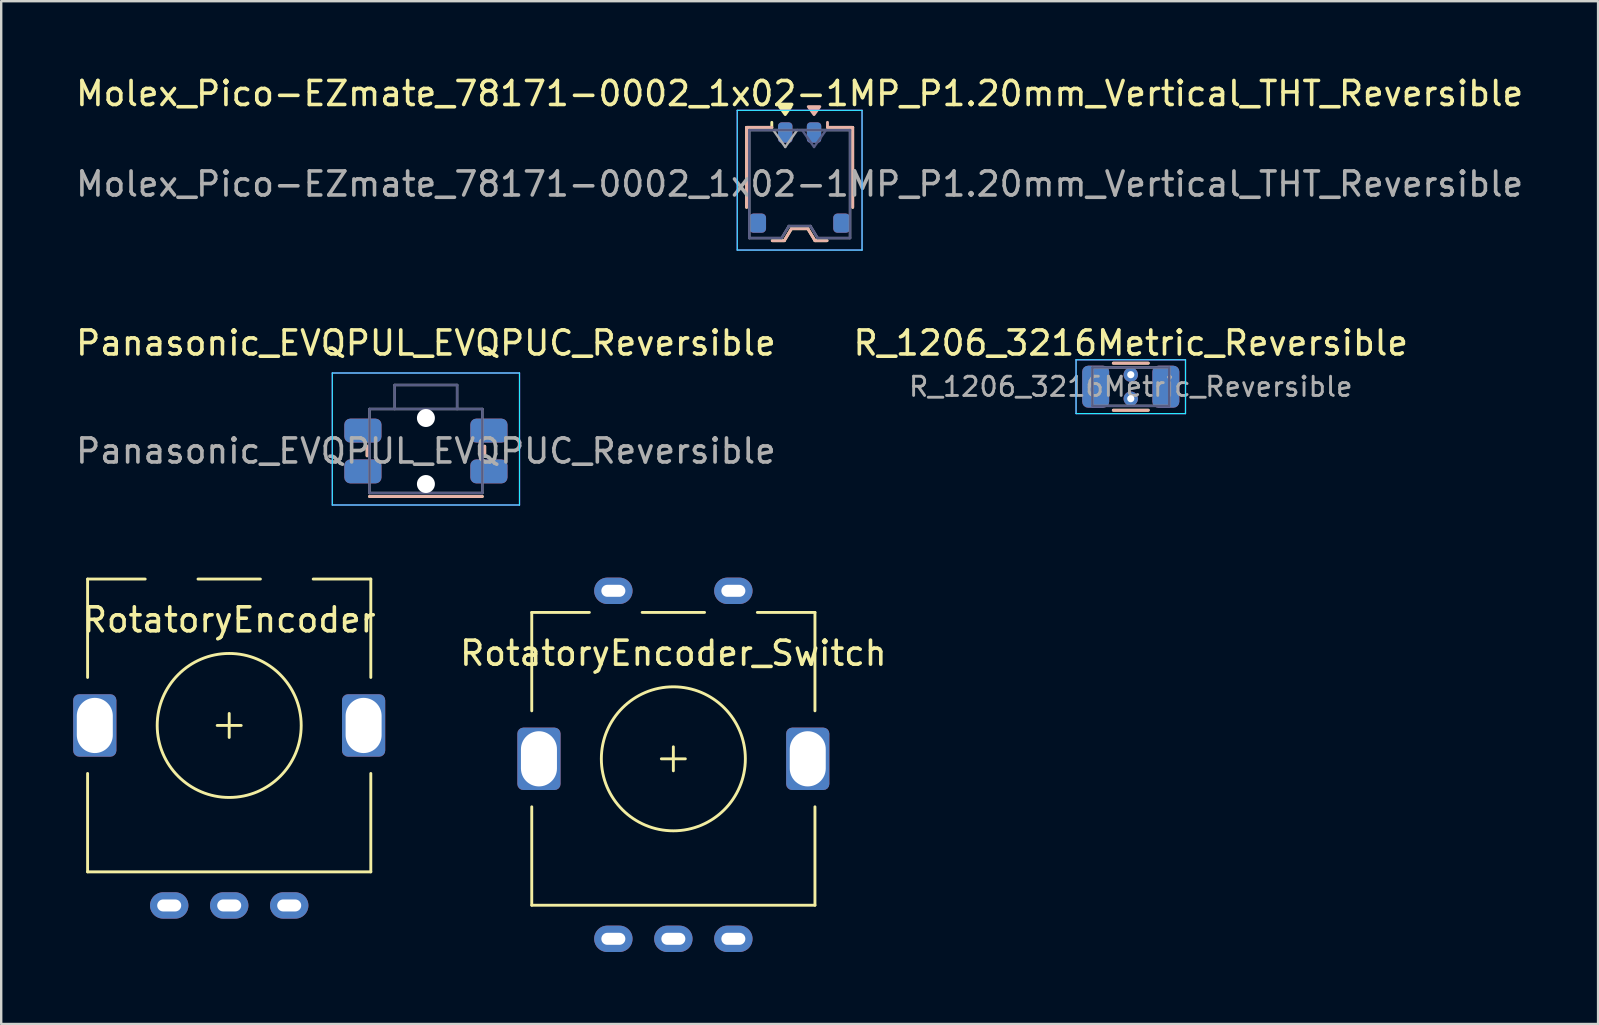
<source format=kicad_pcb>
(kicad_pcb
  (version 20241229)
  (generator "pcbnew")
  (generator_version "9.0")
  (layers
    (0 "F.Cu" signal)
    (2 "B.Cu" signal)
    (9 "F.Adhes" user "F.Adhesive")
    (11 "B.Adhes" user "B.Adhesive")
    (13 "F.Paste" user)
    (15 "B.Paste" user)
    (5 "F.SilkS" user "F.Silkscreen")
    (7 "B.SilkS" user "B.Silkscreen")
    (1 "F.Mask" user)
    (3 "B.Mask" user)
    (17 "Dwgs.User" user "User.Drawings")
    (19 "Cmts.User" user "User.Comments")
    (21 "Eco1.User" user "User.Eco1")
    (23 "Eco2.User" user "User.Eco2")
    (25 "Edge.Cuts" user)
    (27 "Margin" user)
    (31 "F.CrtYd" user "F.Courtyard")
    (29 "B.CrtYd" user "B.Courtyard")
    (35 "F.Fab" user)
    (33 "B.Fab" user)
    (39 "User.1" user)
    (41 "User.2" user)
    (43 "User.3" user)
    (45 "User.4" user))
  (footprint "R_1206_3216Metric_Reversible"
    (layer "F.Cu")
    (at 44.065 13.062)
    (property "Reference" "R_1206_3216Metric_Reversible" (at 0 -1.82 0) (layer "F.SilkS") (effects (font (size 1 1) (thickness 0.15))))
    (attr smd)
    (fp_line (start -0.727 -0.98) (end 0.727 -0.98) (stroke (width 0.12) (type solid)) (layer "F.SilkS"))
    (fp_line (start -0.727 0.98) (end 0.727 0.98) (stroke (width 0.12) (type solid)) (layer "F.SilkS"))
    (fp_line (start -0.727 -0.98) (end 0.727 -0.98) (stroke (width 0.12) (type solid)) (layer "B.SilkS"))
    (fp_line (start -0.727 0.98) (end 0.727 0.98) (stroke (width 0.12) (type solid)) (layer "B.SilkS"))
    (fp_line (start -2.28 -1.12) (end 2.28 -1.12) (stroke (width 0.05) (type solid)) (layer "B.CrtYd"))
    (fp_line (start -2.28 1.12) (end -2.28 -1.12) (stroke (width 0.05) (type solid)) (layer "B.CrtYd"))
    (fp_line (start 2.28 -1.12) (end 2.28 1.12) (stroke (width 0.05) (type solid)) (layer "B.CrtYd"))
    (fp_line (start 2.28 1.12) (end -2.28 1.12) (stroke (width 0.05) (type solid)) (layer "B.CrtYd"))
    (fp_line (start -2.28 -1.12) (end 2.28 -1.12) (stroke (width 0.05) (type solid)) (layer "F.CrtYd"))
    (fp_line (start -2.28 1.12) (end -2.28 -1.12) (stroke (width 0.05) (type solid)) (layer "F.CrtYd"))
    (fp_line (start 2.28 -1.12) (end 2.28 1.12) (stroke (width 0.05) (type solid)) (layer "F.CrtYd"))
    (fp_line (start 2.28 1.12) (end -2.28 1.12) (stroke (width 0.05) (type solid)) (layer "F.CrtYd"))
    (fp_line (start -1.6 -0.8) (end 1.6 -0.8) (stroke (width 0.1) (type solid)) (layer "B.Fab"))
    (fp_line (start -1.6 0.8) (end -1.6 -0.8) (stroke (width 0.1) (type solid)) (layer "B.Fab"))
    (fp_line (start 1.6 -0.8) (end 1.6 0.8) (stroke (width 0.1) (type solid)) (layer "B.Fab"))
    (fp_line (start 1.6 0.8) (end -1.6 0.8) (stroke (width 0.1) (type solid)) (layer "B.Fab"))
    (fp_line (start -1.6 -0.8) (end 1.6 -0.8) (stroke (width 0.1) (type solid)) (layer "F.Fab"))
    (fp_line (start -1.6 0.8) (end -1.6 -0.8) (stroke (width 0.1) (type solid)) (layer "F.Fab"))
    (fp_line (start 1.6 -0.8) (end 1.6 0.8) (stroke (width 0.1) (type solid)) (layer "F.Fab"))
    (fp_line (start 1.6 0.8) (end -1.6 0.8) (stroke (width 0.1) (type solid)) (layer "F.Fab"))
    (fp_text user "${REFERENCE}" (at 0 0 0) (layer "F.Fab") (effects (font (size 0.8 0.8) (thickness 0.12))))
    (pad "1" smd roundrect (at -1.462 0) (size 1.125 1.75) (layers "F.Cu" "F.Mask" "F.Paste") (roundrect_rratio 0.222))
    (pad "1" thru_hole circle (at 0 -0.5) (size 0.6 0.6) (drill 0.3) (layers "*.Cu" "*.Mask"))
    (pad "1" smd roundrect (at 1.462 0) (size 1.125 1.75) (layers "B.Cu" "B.Mask" "B.Paste") (roundrect_rratio 0.222))
    (pad "2" smd roundrect (at -1.462 0) (size 1.125 1.75) (layers "B.Cu" "B.Mask" "B.Paste") (roundrect_rratio 0.222))
    (pad "2" thru_hole circle (at 0 0.5) (size 0.6 0.6) (drill 0.3) (layers "*.Cu" "*.Mask"))
    (pad "2" smd roundrect (at 1.462 0) (size 1.125 1.75) (layers "F.Cu" "F.Mask" "F.Paste") (roundrect_rratio 0.222)))
  (footprint "RotatoryEncoder_Switch"
    (layer "F.Cu")
    (at 25.006 28.567)
    (property "Reference" "RotatoryEncoder_Switch" (at 0 -4.4 0) (layer "F.SilkS") (effects (font (size 1 1) (thickness 0.15))))
    (attr through_hole)
    (fp_line (start -5.9 -6.1) (end -3.5 -6.1) (stroke (width 0.12) (type solid)) (layer "F.SilkS"))
    (fp_line (start -5.9 -2) (end -5.9 -6.1) (stroke (width 0.12) (type solid)) (layer "F.SilkS"))
    (fp_line (start -5.9 2) (end -5.9 6.1) (stroke (width 0.12) (type solid)) (layer "F.SilkS"))
    (fp_line (start -5.9 6.1) (end 5.9 6.1) (stroke (width 0.12) (type solid)) (layer "F.SilkS"))
    (fp_line (start -1.3 -6.1) (end 1.3 -6.1) (stroke (width 0.12) (type solid)) (layer "F.SilkS"))
    (fp_line (start -0.5 0) (end 0.5 0) (stroke (width 0.12) (type solid)) (layer "F.SilkS"))
    (fp_line (start 0 0.5) (end 0 -0.5) (stroke (width 0.12) (type solid)) (layer "F.SilkS"))
    (fp_line (start 3.5 -6.1) (end 5.9 -6.1) (stroke (width 0.12) (type solid)) (layer "F.SilkS"))
    (fp_line (start 5.9 -6.1) (end 5.9 -2) (stroke (width 0.12) (type solid)) (layer "F.SilkS"))
    (fp_line (start 5.9 2) (end 5.9 6.1) (stroke (width 0.12) (type solid)) (layer "F.SilkS"))
    (fp_circle (center 0 0) (end 0 -3) (stroke (width 0.12) (type solid)) (fill no) (layer "F.SilkS"))
    (pad "" thru_hole roundrect (at -5.6 0 270) (size 2.6 1.8) (drill oval 2.3 1.5) (layers "*.Cu" "*.Mask") (roundrect_rratio 0.139))
    (pad "" thru_hole roundrect (at 5.6 0 270) (size 2.6 1.8) (drill oval 2.3 1.5) (layers "*.Cu" "*.Mask") (roundrect_rratio 0.139))
    (pad "A" thru_hole oval (at 2.5 7.5) (size 1.6 1.1) (drill oval 1 0.5) (layers "*.Cu" "*.Mask"))
    (pad "B" thru_hole oval (at 0 7.5) (size 1.6 1.1) (drill oval 1 0.5) (layers "*.Cu" "*.Mask"))
    (pad "C" thru_hole oval (at -2.5 7.5) (size 1.6 1.1) (drill oval 1 0.5) (layers "*.Cu" "*.Mask"))
    (pad "S1" thru_hole oval (at -2.5 -7) (size 1.6 1.1) (drill oval 1 0.5) (layers "*.Cu" "*.Mask"))
    (pad "S2" thru_hole oval (at 2.5 -7) (size 1.6 1.1) (drill oval 1 0.5) (layers "*.Cu" "*.Mask")))
  (footprint "Panasonic_EVQPUL_EVQPUC_Reversible"
    (layer "F.Cu")
    (at 14.696 15.742)
    (property "Reference" "Panasonic_EVQPUL_EVQPUC_Reversible" (at 0 -4.5 0) (layer "F.SilkS") (effects (font (size 1 1) (thickness 0.15))))
    (attr smd)
    (fp_line (start -2.45 0.2) (end -2.45 -0.2) (stroke (width 0.12) (type solid)) (layer "F.SilkS"))
    (fp_line (start 2.35 1.895) (end -2.35 1.895) (stroke (width 0.12) (type solid)) (layer "F.SilkS"))
    (fp_line (start 2.45 0.2) (end 2.45 -0.2) (stroke (width 0.12) (type solid)) (layer "F.SilkS"))
    (fp_line (start -2.45 -0.2) (end -2.45 0.2) (stroke (width 0.12) (type solid)) (layer "B.SilkS"))
    (fp_line (start 2.35 1.895) (end -2.35 1.895) (stroke (width 0.12) (type solid)) (layer "B.SilkS"))
    (fp_line (start 2.45 -0.2) (end 2.45 0.2) (stroke (width 0.12) (type solid)) (layer "B.SilkS"))
    (fp_line (start -3.9 -3.25) (end -3.9 2.25) (stroke (width 0.05) (type solid)) (layer "B.CrtYd"))
    (fp_line (start 3.9 -3.25) (end -3.9 -3.25) (stroke (width 0.05) (type solid)) (layer "B.CrtYd"))
    (fp_line (start 3.9 -3.25) (end 3.9 2.25) (stroke (width 0.05) (type solid)) (layer "B.CrtYd"))
    (fp_line (start 3.9 2.25) (end -3.9 2.25) (stroke (width 0.05) (type solid)) (layer "B.CrtYd"))
    (fp_line (start -3.9 2.25) (end -3.9 -3.25) (stroke (width 0.05) (type solid)) (layer "F.CrtYd"))
    (fp_line (start 3.9 -3.25) (end -3.9 -3.25) (stroke (width 0.05) (type solid)) (layer "F.CrtYd"))
    (fp_line (start 3.9 2.25) (end -3.9 2.25) (stroke (width 0.05) (type solid)) (layer "F.CrtYd"))
    (fp_line (start 3.9 2.25) (end 3.9 -3.25) (stroke (width 0.05) (type solid)) (layer "F.CrtYd"))
    (fp_line (start -2.35 -1.75) (end -2.35 1.75) (stroke (width 0.1) (type solid)) (layer "B.Fab"))
    (fp_line (start -1.3 -1.75) (end -1.3 -2.75) (stroke (width 0.1) (type solid)) (layer "B.Fab"))
    (fp_line (start 1.3 -2.75) (end -1.3 -2.75) (stroke (width 0.1) (type solid)) (layer "B.Fab"))
    (fp_line (start 1.3 -1.75) (end 1.3 -2.75) (stroke (width 0.1) (type solid)) (layer "B.Fab"))
    (fp_line (start 2.35 -1.75) (end -2.35 -1.75) (stroke (width 0.1) (type solid)) (layer "B.Fab"))
    (fp_line (start 2.35 -1.75) (end 2.35 1.75) (stroke (width 0.1) (type solid)) (layer "B.Fab"))
    (fp_line (start 2.35 1.75) (end -2.35 1.75) (stroke (width 0.1) (type solid)) (layer "B.Fab"))
    (fp_line (start -2.35 1.75) (end -2.35 -1.75) (stroke (width 0.1) (type solid)) (layer "F.Fab"))
    (fp_line (start -1.3 -2.75) (end -1.3 -1.75) (stroke (width 0.1) (type solid)) (layer "F.Fab"))
    (fp_line (start 1.3 -2.75) (end -1.3 -2.75) (stroke (width 0.1) (type solid)) (layer "F.Fab"))
    (fp_line (start 1.3 -2.75) (end 1.3 -1.75) (stroke (width 0.1) (type solid)) (layer "F.Fab"))
    (fp_line (start 2.35 -1.75) (end -2.35 -1.75) (stroke (width 0.1) (type solid)) (layer "F.Fab"))
    (fp_line (start 2.35 1.75) (end -2.35 1.75) (stroke (width 0.1) (type solid)) (layer "F.Fab"))
    (fp_line (start 2.35 1.75) (end 2.35 -1.75) (stroke (width 0.1) (type solid)) (layer "F.Fab"))
    (fp_text user "${REFERENCE}" (at 0 0 0) (layer "F.Fab") (effects (font (size 1 1) (thickness 0.15))))
    (pad "" np_thru_hole circle (at 0 -1.375 180) (size 0.75 0.75) (drill 0.75) (layers "*.Cu" "*.Mask"))
    (pad "" np_thru_hole circle (at 0 1.375 180) (size 0.75 0.75) (drill 0.75) (layers "*.Cu" "*.Mask"))
    (pad "1" smd roundrect (at -2.625 -0.85 180) (size 1.55 1) (layers "F.Cu" "F.Mask" "F.Paste") (roundrect_rratio 0.25))
    (pad "1" smd roundrect (at -2.625 -0.85 180) (size 1.55 1) (layers "B.Cu" "B.Mask" "B.Paste") (roundrect_rratio 0.25))
    (pad "1" smd roundrect (at 2.625 -0.85 180) (size 1.55 1) (layers "F.Cu" "F.Mask" "F.Paste") (roundrect_rratio 0.25))
    (pad "1" smd roundrect (at 2.625 -0.85 180) (size 1.55 1) (layers "B.Cu" "B.Mask" "B.Paste") (roundrect_rratio 0.25))
    (pad "2" smd roundrect (at -2.625 0.85 180) (size 1.55 1) (layers "F.Cu" "F.Mask" "F.Paste") (roundrect_rratio 0.25))
    (pad "2" smd roundrect (at -2.625 0.85 180) (size 1.55 1) (layers "B.Cu" "B.Mask" "B.Paste") (roundrect_rratio 0.25))
    (pad "2" smd roundrect (at 2.625 0.85 180) (size 1.55 1) (layers "F.Cu" "F.Mask" "F.Paste") (roundrect_rratio 0.25))
    (pad "2" smd roundrect (at 2.625 0.85 180) (size 1.55 1) (layers "B.Cu" "B.Mask" "B.Paste") (roundrect_rratio 0.25)))
  (footprint "Molex_Pico-EZmate_78171-0002_1x02-1MP_P1.20mm_Vertical_THT_Reversible"
    (layer "F.Cu")
    (at 30.268 4.348)
    (property "Reference" "Molex_Pico-EZmate_78171-0002_1x02-1MP_P1.20mm_Vertical_THT_Reversible" (at 0 -3.5 0) (layer "F.SilkS") (effects (font (size 1 1) (thickness 0.15))))
    (attr smd)
    (fp_line (start -2.21 -2.09) (end -1.16 -2.09) (stroke (width 0.12) (type solid)) (layer "F.SilkS"))
    (fp_line (start -2.21 1.24) (end -2.21 -2.09) (stroke (width 0.12) (type solid)) (layer "F.SilkS"))
    (fp_line (start -1.16 -2.09) (end -1.16 -2.3) (stroke (width 0.12) (type solid)) (layer "F.SilkS"))
    (fp_line (start -1.14 2.63) (end -0.64 2.63) (stroke (width 0.12) (type solid)) (layer "F.SilkS"))
    (fp_line (start -0.64 2.63) (end -0.34 2.13) (stroke (width 0.12) (type solid)) (layer "F.SilkS"))
    (fp_line (start -0.34 2.13) (end 0.34 2.13) (stroke (width 0.12) (type solid)) (layer "F.SilkS"))
    (fp_line (start 0.34 2.13) (end 0.64 2.63) (stroke (width 0.12) (type solid)) (layer "F.SilkS"))
    (fp_line (start 0.64 2.63) (end 1.14 2.63) (stroke (width 0.12) (type solid)) (layer "F.SilkS"))
    (fp_line (start 2.21 -2.09) (end 1.16 -2.09) (stroke (width 0.12) (type solid)) (layer "F.SilkS"))
    (fp_line (start 2.21 1.24) (end 2.21 -2.09) (stroke (width 0.12) (type solid)) (layer "F.SilkS"))
    (fp_poly (pts (xy -0.6 -2.625) (xy -0.84 -2.955) (xy -0.36 -2.955) (xy -0.6 -2.625)) (stroke (width 0.12) (type solid)) (fill yes) (layer "F.SilkS"))
    (fp_line (start -2.21 -2.09) (end -2.21 1.24) (stroke (width 0.12) (type solid)) (layer "B.SilkS"))
    (fp_line (start -1.16 -2.09) (end -2.21 -2.09) (stroke (width 0.12) (type solid)) (layer "B.SilkS"))
    (fp_line (start -1.14 2.63) (end -0.64 2.63) (stroke (width 0.12) (type solid)) (layer "B.SilkS"))
    (fp_line (start -0.64 2.63) (end -0.34 2.13) (stroke (width 0.12) (type solid)) (layer "B.SilkS"))
    (fp_line (start -0.34 2.13) (end 0.34 2.13) (stroke (width 0.12) (type solid)) (layer "B.SilkS"))
    (fp_line (start 0.34 2.13) (end 0.64 2.63) (stroke (width 0.12) (type solid)) (layer "B.SilkS"))
    (fp_line (start 0.64 2.63) (end 1.14 2.63) (stroke (width 0.12) (type solid)) (layer "B.SilkS"))
    (fp_line (start 1.16 -2.3) (end 1.16 -2.09) (stroke (width 0.12) (type solid)) (layer "B.SilkS"))
    (fp_line (start 1.16 -2.09) (end 2.21 -2.09) (stroke (width 0.12) (type solid)) (layer "B.SilkS"))
    (fp_line (start 2.21 -2.09) (end 2.21 1.24) (stroke (width 0.12) (type solid)) (layer "B.SilkS"))
    (fp_poly (pts (xy 0.6 -2.625) (xy 0.84 -2.955) (xy 0.36 -2.955) (xy 0.6 -2.625)) (stroke (width 0.12) (type solid)) (fill yes) (layer "B.SilkS"))
    (fp_line (start -2.6 -2.8) (end -2.6 3.02) (stroke (width 0.05) (type solid)) (layer "B.CrtYd"))
    (fp_line (start -2.6 3.02) (end 2.6 3.02) (stroke (width 0.05) (type solid)) (layer "B.CrtYd"))
    (fp_line (start 2.6 -2.8) (end -2.6 -2.8) (stroke (width 0.05) (type solid)) (layer "B.CrtYd"))
    (fp_line (start 2.6 3.02) (end 2.6 -2.8) (stroke (width 0.05) (type solid)) (layer "B.CrtYd"))
    (fp_line (start -2.6 -2.8) (end -2.6 3.02) (stroke (width 0.05) (type solid)) (layer "F.CrtYd"))
    (fp_line (start -2.6 3.02) (end 2.6 3.02) (stroke (width 0.05) (type solid)) (layer "F.CrtYd"))
    (fp_line (start 2.6 -2.8) (end -2.6 -2.8) (stroke (width 0.05) (type solid)) (layer "F.CrtYd"))
    (fp_line (start 2.6 3.02) (end 2.6 -2.8) (stroke (width 0.05) (type solid)) (layer "F.CrtYd"))
    (fp_line (start -2.1 -1.98) (end 2.1 -1.98) (stroke (width 0.1) (type solid)) (layer "B.Fab"))
    (fp_line (start -2.1 2.52) (end -2.1 -1.98) (stroke (width 0.1) (type solid)) (layer "B.Fab"))
    (fp_line (start -2.1 2.52) (end -0.75 2.52) (stroke (width 0.1) (type solid)) (layer "B.Fab"))
    (fp_line (start -0.75 2.52) (end -0.45 2.02) (stroke (width 0.1) (type solid)) (layer "B.Fab"))
    (fp_line (start -0.45 2.02) (end 0.45 2.02) (stroke (width 0.1) (type solid)) (layer "B.Fab"))
    (fp_line (start 0.1 -1.98) (end 0.6 -1.273) (stroke (width 0.1) (type solid)) (layer "B.Fab"))
    (fp_line (start 0.45 2.02) (end 0.75 2.52) (stroke (width 0.1) (type solid)) (layer "B.Fab"))
    (fp_line (start 0.6 -1.273) (end 1.1 -1.98) (stroke (width 0.1) (type solid)) (layer "B.Fab"))
    (fp_line (start 0.75 2.52) (end 2.1 2.52) (stroke (width 0.1) (type solid)) (layer "B.Fab"))
    (fp_line (start 2.1 2.52) (end 2.1 -1.98) (stroke (width 0.1) (type solid)) (layer "B.Fab"))
    (fp_line (start -2.1 -1.98) (end -2.1 2.52) (stroke (width 0.1) (type solid)) (layer "F.Fab"))
    (fp_line (start -2.1 -1.98) (end 2.1 -1.98) (stroke (width 0.1) (type solid)) (layer "F.Fab"))
    (fp_line (start -2.1 2.52) (end -0.75 2.52) (stroke (width 0.1) (type solid)) (layer "F.Fab"))
    (fp_line (start -1.1 -1.98) (end -0.6 -1.273) (stroke (width 0.1) (type solid)) (layer "F.Fab"))
    (fp_line (start -0.75 2.52) (end -0.45 2.02) (stroke (width 0.1) (type solid)) (layer "F.Fab"))
    (fp_line (start -0.6 -1.273) (end -0.1 -1.98) (stroke (width 0.1) (type solid)) (layer "F.Fab"))
    (fp_line (start -0.45 2.02) (end 0.45 2.02) (stroke (width 0.1) (type solid)) (layer "F.Fab"))
    (fp_line (start 0.45 2.02) (end 0.75 2.52) (stroke (width 0.1) (type solid)) (layer "F.Fab"))
    (fp_line (start 0.75 2.52) (end 2.1 2.52) (stroke (width 0.1) (type solid)) (layer "F.Fab"))
    (fp_line (start 2.1 -1.98) (end 2.1 2.52) (stroke (width 0.1) (type solid)) (layer "F.Fab"))
    (fp_text user "${REFERENCE}" (at 0 0.27 0) (layer "F.Fab") (effects (font (size 1 1) (thickness 0.15))))
    (pad "1" smd roundrect (at -0.6 -1.875) (size 0.6 0.85) (layers "F.Cu" "F.Mask" "F.Paste") (roundrect_rratio 0.25))
    (pad "1" smd roundrect (at 0.6 -1.875) (size 0.6 0.85) (layers "B.Cu" "B.Mask" "B.Paste") (roundrect_rratio 0.25))
    (pad "2" smd roundrect (at -0.6 -1.875) (size 0.6 0.85) (layers "B.Cu" "B.Mask" "B.Paste") (roundrect_rratio 0.25))
    (pad "2" smd roundrect (at 0.6 -1.875) (size 0.6 0.85) (layers "F.Cu" "F.Mask" "F.Paste") (roundrect_rratio 0.25))
    (pad "MP" smd roundrect (at -1.75 1.9) (size 0.7 0.8) (layers "F.Cu" "F.Mask" "F.Paste") (roundrect_rratio 0.25))
    (pad "MP" smd roundrect (at -1.75 1.9) (size 0.7 0.8) (layers "B.Cu" "B.Mask" "B.Paste") (roundrect_rratio 0.25))
    (pad "MP" smd roundrect (at 1.75 1.9) (size 0.7 0.8) (layers "F.Cu" "F.Mask" "F.Paste") (roundrect_rratio 0.25))
    (pad "MP" smd roundrect (at 1.75 1.9) (size 0.7 0.8) (layers "B.Cu" "B.Mask" "B.Paste") (roundrect_rratio 0.25)))
  (footprint "RotatoryEncoder"
    (layer "F.Cu")
    (at 6.5 27.177)
    (property "Reference" "RotatoryEncoder" (at 0 -4.4 0) (layer "F.SilkS") (effects (font (size 1 1) (thickness 0.15))))
    (attr through_hole)
    (fp_line (start -5.9 -6.1) (end -3.5 -6.1) (stroke (width 0.12) (type solid)) (layer "F.SilkS"))
    (fp_line (start -5.9 -2) (end -5.9 -6.1) (stroke (width 0.12) (type solid)) (layer "F.SilkS"))
    (fp_line (start -5.9 2) (end -5.9 6.1) (stroke (width 0.12) (type solid)) (layer "F.SilkS"))
    (fp_line (start -5.9 6.1) (end 5.9 6.1) (stroke (width 0.12) (type solid)) (layer "F.SilkS"))
    (fp_line (start -1.3 -6.1) (end 1.3 -6.1) (stroke (width 0.12) (type solid)) (layer "F.SilkS"))
    (fp_line (start -0.5 0) (end 0.5 0) (stroke (width 0.12) (type solid)) (layer "F.SilkS"))
    (fp_line (start 0 0.5) (end 0 -0.5) (stroke (width 0.12) (type solid)) (layer "F.SilkS"))
    (fp_line (start 3.5 -6.1) (end 5.9 -6.1) (stroke (width 0.12) (type solid)) (layer "F.SilkS"))
    (fp_line (start 5.9 -6.1) (end 5.9 -2) (stroke (width 0.12) (type solid)) (layer "F.SilkS"))
    (fp_line (start 5.9 2) (end 5.9 6.1) (stroke (width 0.12) (type solid)) (layer "F.SilkS"))
    (fp_circle (center 0 0) (end 0 -3) (stroke (width 0.12) (type solid)) (fill no) (layer "F.SilkS"))
    (pad "" thru_hole roundrect (at -5.6 0 270) (size 2.6 1.8) (drill oval 2.3 1.5) (layers "*.Cu" "*.Mask") (roundrect_rratio 0.139))
    (pad "" thru_hole roundrect (at 5.6 0 270) (size 2.6 1.8) (drill oval 2.3 1.5) (layers "*.Cu" "*.Mask") (roundrect_rratio 0.139))
    (pad "A" thru_hole oval (at 2.5 7.5) (size 1.6 1.1) (drill oval 1 0.5) (layers "*.Cu" "*.Mask"))
    (pad "B" thru_hole oval (at 0 7.5) (size 1.6 1.1) (drill oval 1 0.5) (layers "*.Cu" "*.Mask"))
    (pad "C" thru_hole oval (at -2.5 7.5) (size 1.6 1.1) (drill oval 1 0.5) (layers "*.Cu" "*.Mask")))
  (gr_rect
    (start -3 -3)
    (end 63.536 39.617)
    (stroke (width 0.1) (type default))
    (fill no)
    (layer "Edge.Cuts")))
</source>
